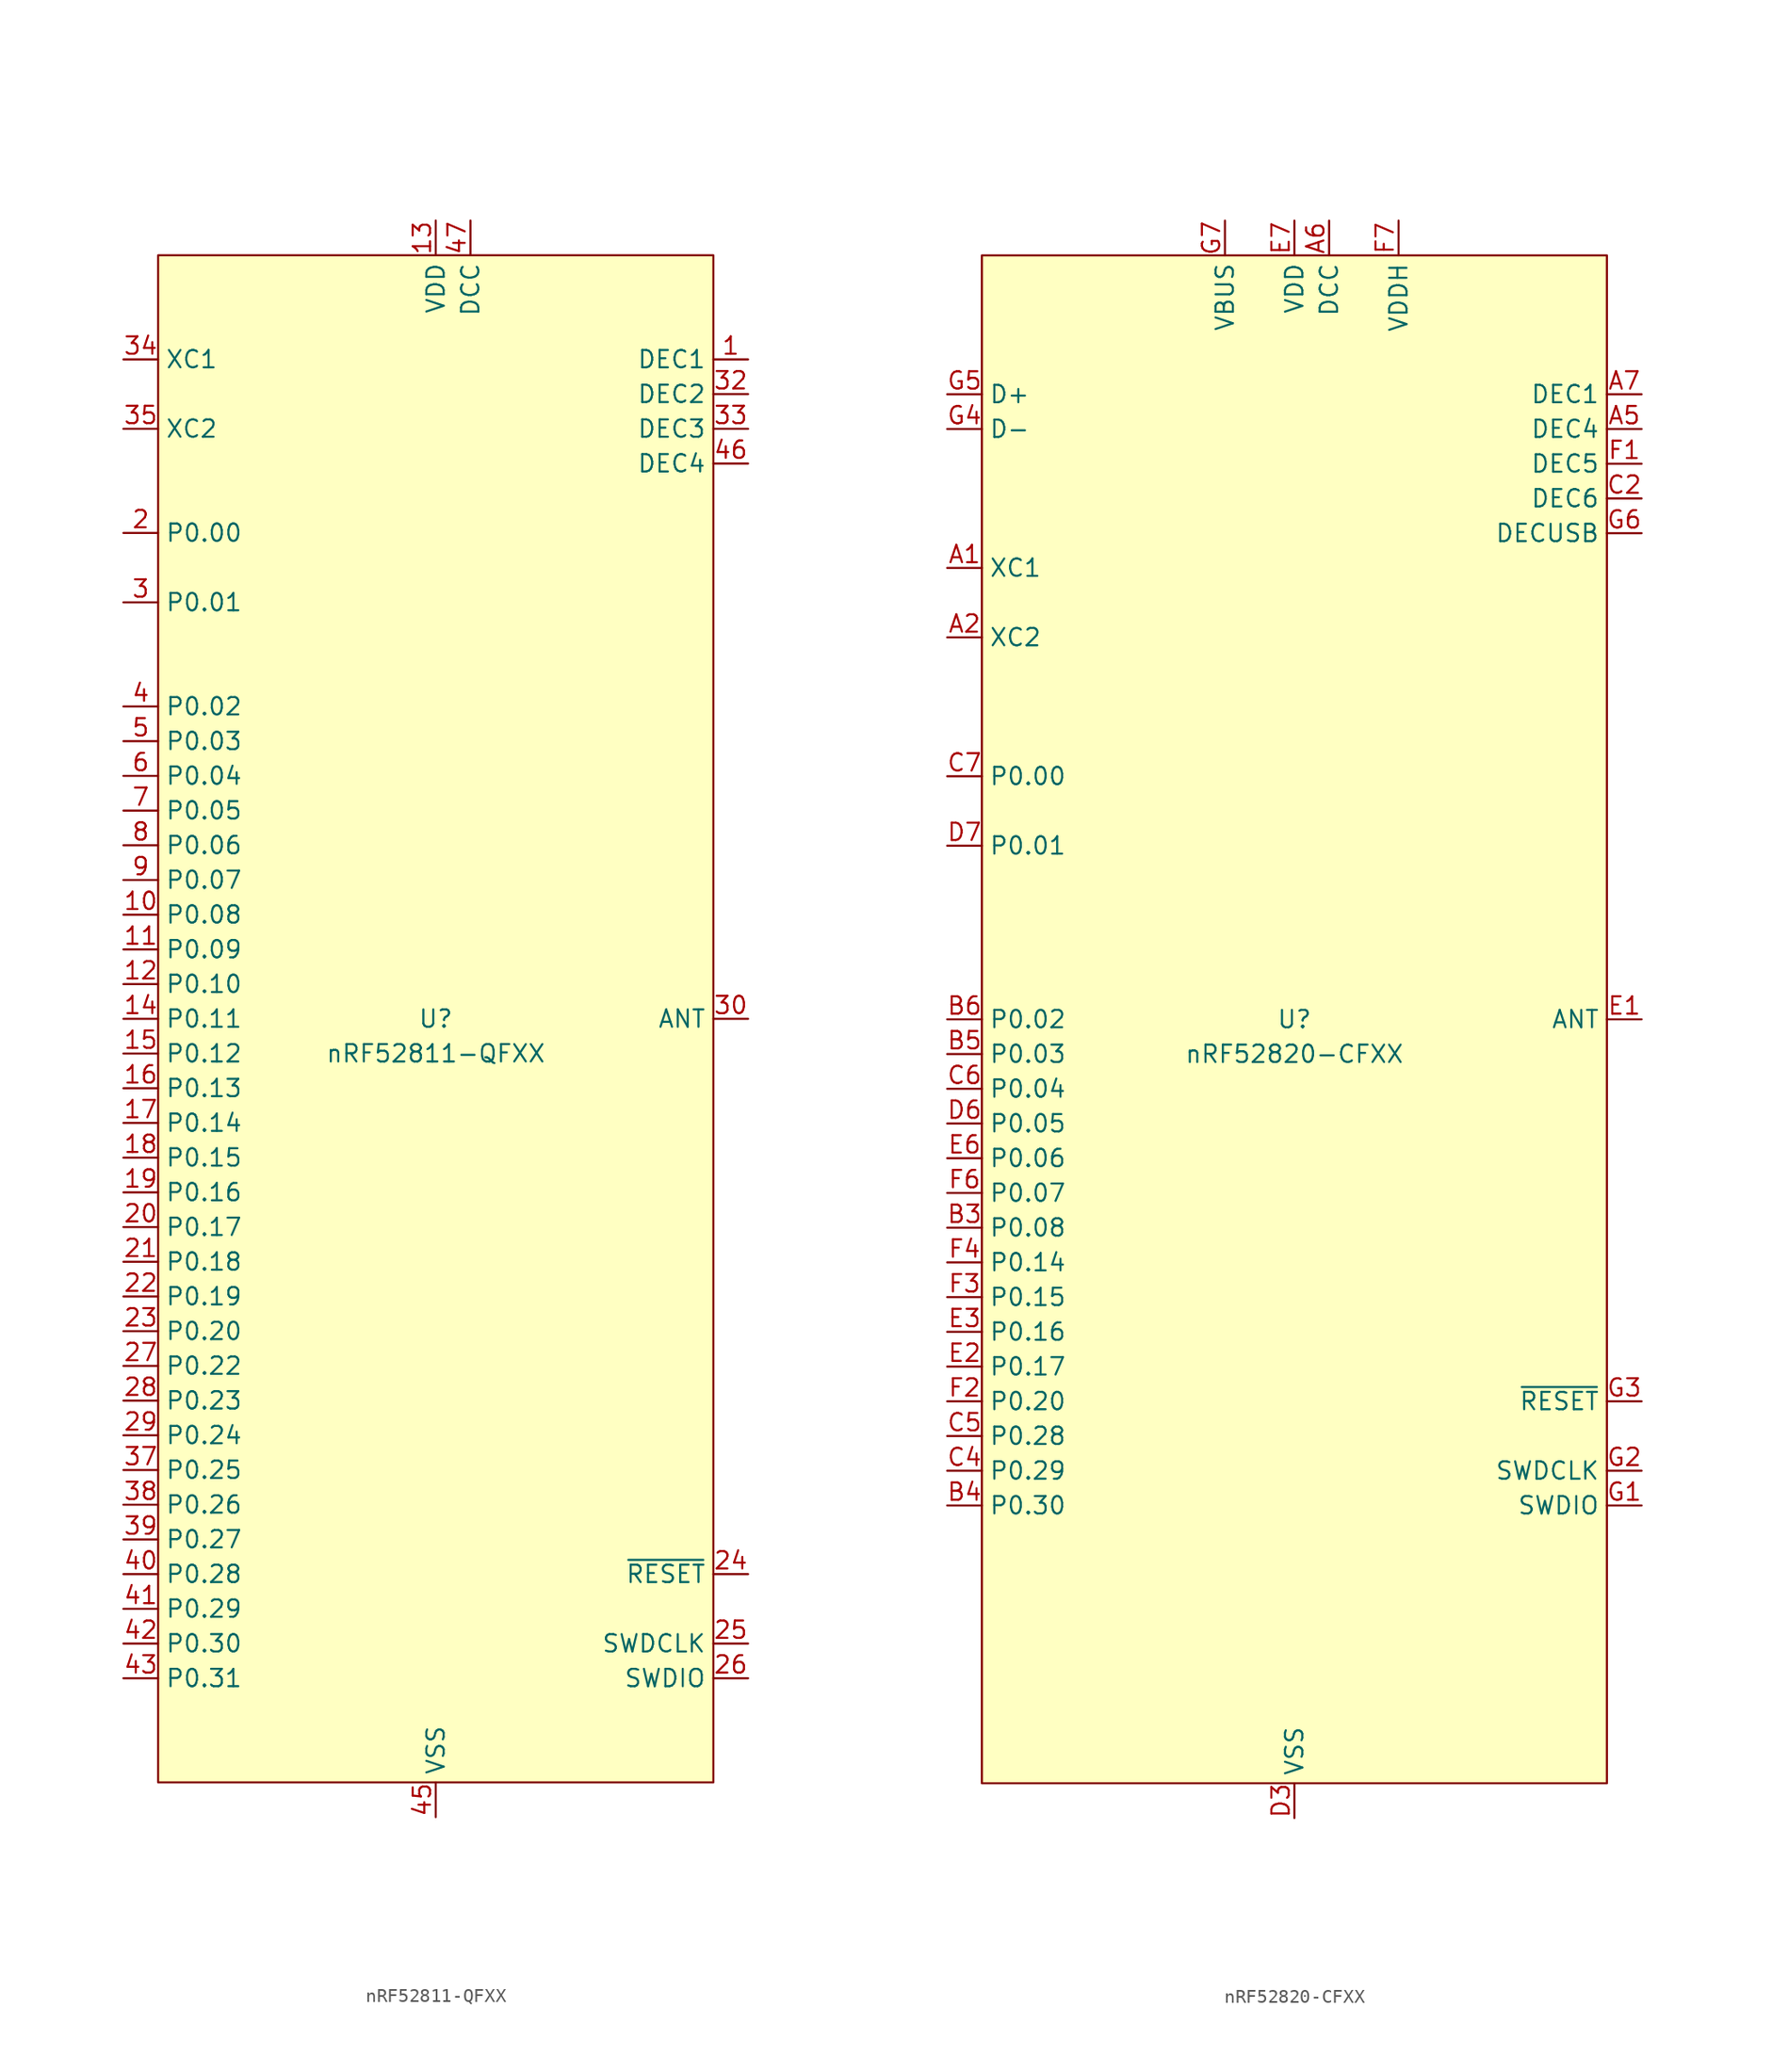
<source format=kicad_sym>
(kicad_symbol_lib
  (version 20241209)
  (generator "kicad_symbol_editor")
  (generator_version "9.0")
  (symbol "nRF52811-QFXX"
    (property "Reference" "U"
      (at 0 0 0)
      (do_not_autoplace)
      (effects (font (size 1.27 1.27))))
    (property "Value" "nRF52811-QFXX"
      (at 0 -2.54 0)
      (do_not_autoplace)
      (effects (font (size 1.27 1.27))))
    (symbol "nRF52811-QFXX_0_0"
      (pin input line (at -22.86 48.26 0) (length 2.54) (name "XC1" (effects (font (size 1.27 1.27)))) (number "34" (effects (font (size 1.27 1.27)))))
      (pin input line (at -22.86 43.18 0) (length 2.54) (name "XC2" (effects (font (size 1.27 1.27)))) (number "35" (effects (font (size 1.27 1.27)))))
      (pin bidirectional line (at -22.86 12.7 0) (length 2.54) (name "P0.06" (effects (font (size 1.27 1.27)))) (number "8" (effects (font (size 1.27 1.27)))))
      (pin bidirectional line (at -22.86 10.16 0) (length 2.54) (name "P0.07" (effects (font (size 1.27 1.27)))) (number "9" (effects (font (size 1.27 1.27)))))
      (pin bidirectional line (at -22.86 7.62 0) (length 2.54) (name "P0.08" (effects (font (size 1.27 1.27)))) (number "10" (effects (font (size 1.27 1.27)))))
      (pin bidirectional line (at -22.86 5.08 0) (length 2.54) (name "P0.09" (effects (font (size 1.27 1.27)))) (number "11" (effects (font (size 1.27 1.27)))))
      (pin bidirectional line (at -22.86 2.54 0) (length 2.54) (name "P0.10" (effects (font (size 1.27 1.27)))) (number "12" (effects (font (size 1.27 1.27)))))
      (pin bidirectional line (at -22.86 0 0) (length 2.54) (name "P0.11" (effects (font (size 1.27 1.27)))) (number "14" (effects (font (size 1.27 1.27)))))
      (pin bidirectional line (at -22.86 -2.54 0) (length 2.54) (name "P0.12" (effects (font (size 1.27 1.27)))) (number "15" (effects (font (size 1.27 1.27)))))
      (pin bidirectional line (at -22.86 -5.08 0) (length 2.54) (name "P0.13" (effects (font (size 1.27 1.27)))) (number "16" (effects (font (size 1.27 1.27)))))
      (pin bidirectional line (at -22.86 -7.62 0) (length 2.54) (name "P0.14" (effects (font (size 1.27 1.27)))) (number "17" (effects (font (size 1.27 1.27)))))
      (pin bidirectional line (at -22.86 -10.16 0) (length 2.54) (name "P0.15" (effects (font (size 1.27 1.27)))) (number "18" (effects (font (size 1.27 1.27)))))
      (pin bidirectional line (at -22.86 -12.7 0) (length 2.54) (name "P0.16" (effects (font (size 1.27 1.27)))) (number "19" (effects (font (size 1.27 1.27)))))
      (pin bidirectional line (at -22.86 -15.24 0) (length 2.54) (name "P0.17" (effects (font (size 1.27 1.27)))) (number "20" (effects (font (size 1.27 1.27)))))
      (pin bidirectional line (at -22.86 -17.78 0) (length 2.54) (name "P0.18" (effects (font (size 1.27 1.27)))) (number "21" (effects (font (size 1.27 1.27)))))
      (pin bidirectional line (at -22.86 -20.32 0) (length 2.54) (name "P0.19" (effects (font (size 1.27 1.27)))) (number "22" (effects (font (size 1.27 1.27)))))
      (pin bidirectional line (at -22.86 -22.86 0) (length 2.54) (name "P0.20" (effects (font (size 1.27 1.27)))) (number "23" (effects (font (size 1.27 1.27)))))
      (pin bidirectional line (at -22.86 -25.4 0) (length 2.54) (name "P0.22" (effects (font (size 1.27 1.27)))) (number "27" (effects (font (size 1.27 1.27)))))
      (pin bidirectional line (at -22.86 -27.94 0) (length 2.54) (name "P0.23" (effects (font (size 1.27 1.27)))) (number "28" (effects (font (size 1.27 1.27)))))
      (pin bidirectional line (at -22.86 -30.48 0) (length 2.54) (name "P0.24" (effects (font (size 1.27 1.27)))) (number "29" (effects (font (size 1.27 1.27)))))
      (pin bidirectional line (at -22.86 -33.02 0) (length 2.54) (name "P0.25" (effects (font (size 1.27 1.27)))) (number "37" (effects (font (size 1.27 1.27)))))
      (pin bidirectional line (at -22.86 -35.56 0) (length 2.54) (name "P0.26" (effects (font (size 1.27 1.27)))) (number "38" (effects (font (size 1.27 1.27)))))
      (pin bidirectional line (at -22.86 -38.1 0) (length 2.54) (name "P0.27" (effects (font (size 1.27 1.27)))) (number "39" (effects (font (size 1.27 1.27)))))
      (pin power_in line (at 0 58.42 270) (length 2.54) (name "VDD" (effects (font (size 1.27 1.27)))) (number "13" (effects (font (size 1.27 1.27)))))
      (pin power_in line (at 0 -58.42 90) (length 2.54) (name "VSS" (effects (font (size 1.27 1.27)))) (number "45" (effects (font (size 1.27 1.27)))))
      (pin power_out line (at 2.54 58.42 270) (length 2.54) (name "DCC" (effects (font (size 1.27 1.27)))) (number "47" (effects (font (size 1.27 1.27)))))
      (pin passive line (at 22.86 48.26 180) (length 2.54) (name "DEC1" (effects (font (size 1.27 1.27)))) (number "1" (effects (font (size 1.27 1.27)))))
      (pin passive line (at 22.86 45.72 180) (length 2.54) (name "DEC2" (effects (font (size 1.27 1.27)))) (number "32" (effects (font (size 1.27 1.27)))))
      (pin passive line (at 22.86 43.18 180) (length 2.54) (name "DEC3" (effects (font (size 1.27 1.27)))) (number "33" (effects (font (size 1.27 1.27)))))
      (pin passive line (at 22.86 40.64 180) (length 2.54) (name "DEC4" (effects (font (size 1.27 1.27)))) (number "46" (effects (font (size 1.27 1.27)))))
      (pin bidirectional line (at 22.86 0 180) (length 2.54) (name "ANT" (effects (font (size 1.27 1.27)))) (number "30" (effects (font (size 1.27 1.27)))))
      (pin input line (at 22.86 -45.72 180) (length 2.54) (name "SWDCLK" (effects (font (size 1.27 1.27)))) (number "25" (effects (font (size 1.27 1.27)))))
      (pin bidirectional line (at 22.86 -48.26 180) (length 2.54) (name "SWDIO" (effects (font (size 1.27 1.27)))) (number "26" (effects (font (size 1.27 1.27))))))
    (symbol "nRF52811-QFXX_1_0"
      (pin bidirectional line (at -22.86 35.56 0) (length 2.54) (name "P0.00" (effects (font (size 1.27 1.27)))) (number "2" (effects (font (size 1.27 1.27)))) (alternate "XL1" input line))
      (pin bidirectional line (at -22.86 30.48 0) (length 2.54) (name "P0.01" (effects (font (size 1.27 1.27)))) (number "3" (effects (font (size 1.27 1.27)))) (alternate "XL2" input line))
      (pin bidirectional line (at -22.86 22.86 0) (length 2.54) (name "P0.02" (effects (font (size 1.27 1.27)))) (number "4" (effects (font (size 1.27 1.27)))) (alternate "AIN0" input line))
      (pin bidirectional line (at -22.86 20.32 0) (length 2.54) (name "P0.03" (effects (font (size 1.27 1.27)))) (number "5" (effects (font (size 1.27 1.27)))) (alternate "AIN1" input line))
      (pin bidirectional line (at -22.86 17.78 0) (length 2.54) (name "P0.04" (effects (font (size 1.27 1.27)))) (number "6" (effects (font (size 1.27 1.27)))) (alternate "AIN2" input line))
      (pin bidirectional line (at -22.86 15.24 0) (length 2.54) (name "P0.05" (effects (font (size 1.27 1.27)))) (number "7" (effects (font (size 1.27 1.27)))) (alternate "AIN3" input line))
      (pin bidirectional line (at -22.86 -40.64 0) (length 2.54) (name "P0.28" (effects (font (size 1.27 1.27)))) (number "40" (effects (font (size 1.27 1.27)))) (alternate "AIN4" input line))
      (pin bidirectional line (at -22.86 -43.18 0) (length 2.54) (name "P0.29" (effects (font (size 1.27 1.27)))) (number "41" (effects (font (size 1.27 1.27)))) (alternate "AIN5" input line))
      (pin bidirectional line (at -22.86 -45.72 0) (length 2.54) (name "P0.30" (effects (font (size 1.27 1.27)))) (number "42" (effects (font (size 1.27 1.27)))) (alternate "AIN6" input line))
      (pin bidirectional line (at -22.86 -48.26 0) (length 2.54) (name "P0.31" (effects (font (size 1.27 1.27)))) (number "43" (effects (font (size 1.27 1.27)))) (alternate "AIN7" input line))
      (pin passive line (at 0 58.42 270) (length 2.54) (hide yes) (name "VDD" (effects (font (size 1.27 1.27)))) (number "36" (effects (font (size 1.27 1.27)))))
      (pin passive line (at 0 58.42 270) (length 2.54) (hide yes) (name "VDD" (effects (font (size 1.27 1.27)))) (number "48" (effects (font (size 1.27 1.27)))))
      (pin passive line (at 0 -58.42 90) (length 2.54) (hide yes) (name "VSS" (effects (font (size 1.27 1.27)))) (number "31" (effects (font (size 1.27 1.27)))))
      (pin passive line (at 0 -58.42 90) (length 2.54) (hide yes) (name "NC" (effects (font (size 1.27 1.27)))) (number "44" (effects (font (size 1.27 1.27)))))
      (pin passive line (at 0 -58.42 90) (length 2.54) (hide yes) (name "EP" (effects (font (size 1.27 1.27)))) (number "49" (effects (font (size 1.27 1.27)))))
      (pin input line (at 22.86 -40.64 180) (length 2.54) (name "~{RESET}" (effects (font (size 1.27 1.27)))) (number "24" (effects (font (size 1.27 1.27)))) (alternate "P0.21" bidirectional line)))
    (symbol "nRF52811-QFXX_1_1"
      (rectangle (start -20.32 55.88) (end 20.32 -55.88) (stroke (width 0) (type default)) (fill (type background)))))
  (symbol "nRF52820-CFXX"
    (property "Reference" "U"
      (at 0 0 0)
      (do_not_autoplace)
      (effects (font (size 1.27 1.27))))
    (property "Value" "nRF52820-CFXX"
      (at 0 -2.54 0)
      (do_not_autoplace)
      (effects (font (size 1.27 1.27))))
    (symbol "nRF52820-CFXX_0_0"
      (pin bidirectional line (at -25.4 45.72 0) (length 2.54) (name "D+" (effects (font (size 1.27 1.27)))) (number "G5" (effects (font (size 1.27 1.27)))))
      (pin bidirectional line (at -25.4 43.18 0) (length 2.54) (name "D-" (effects (font (size 1.27 1.27)))) (number "G4" (effects (font (size 1.27 1.27)))))
      (pin input line (at -25.4 33.02 0) (length 2.54) (name "XC1" (effects (font (size 1.27 1.27)))) (number "A1" (effects (font (size 1.27 1.27)))))
      (pin input line (at -25.4 27.94 0) (length 2.54) (name "XC2" (effects (font (size 1.27 1.27)))) (number "A2" (effects (font (size 1.27 1.27)))))
      (pin bidirectional line (at -25.4 -10.16 0) (length 2.54) (name "P0.06" (effects (font (size 1.27 1.27)))) (number "E6" (effects (font (size 1.27 1.27)))))
      (pin bidirectional line (at -25.4 -12.7 0) (length 2.54) (name "P0.07" (effects (font (size 1.27 1.27)))) (number "F6" (effects (font (size 1.27 1.27)))))
      (pin bidirectional line (at -25.4 -15.24 0) (length 2.54) (name "P0.08" (effects (font (size 1.27 1.27)))) (number "B3" (effects (font (size 1.27 1.27)))))
      (pin bidirectional line (at -25.4 -17.78 0) (length 2.54) (name "P0.14" (effects (font (size 1.27 1.27)))) (number "F4" (effects (font (size 1.27 1.27)))))
      (pin bidirectional line (at -25.4 -20.32 0) (length 2.54) (name "P0.15" (effects (font (size 1.27 1.27)))) (number "F3" (effects (font (size 1.27 1.27)))))
      (pin bidirectional line (at -25.4 -22.86 0) (length 2.54) (name "P0.16" (effects (font (size 1.27 1.27)))) (number "E3" (effects (font (size 1.27 1.27)))))
      (pin bidirectional line (at -25.4 -25.4 0) (length 2.54) (name "P0.17" (effects (font (size 1.27 1.27)))) (number "E2" (effects (font (size 1.27 1.27)))))
      (pin bidirectional line (at -25.4 -27.94 0) (length 2.54) (name "P0.20" (effects (font (size 1.27 1.27)))) (number "F2" (effects (font (size 1.27 1.27)))))
      (pin bidirectional line (at -25.4 -30.48 0) (length 2.54) (name "P0.28" (effects (font (size 1.27 1.27)))) (number "C5" (effects (font (size 1.27 1.27)))))
      (pin bidirectional line (at -25.4 -33.02 0) (length 2.54) (name "P0.29" (effects (font (size 1.27 1.27)))) (number "C4" (effects (font (size 1.27 1.27)))))
      (pin bidirectional line (at -25.4 -35.56 0) (length 2.54) (name "P0.30" (effects (font (size 1.27 1.27)))) (number "B4" (effects (font (size 1.27 1.27)))))
      (pin power_in line (at -5.08 58.42 270) (length 2.54) (name "VBUS" (effects (font (size 1.27 1.27)))) (number "G7" (effects (font (size 1.27 1.27)))))
      (pin passive line (at 0 58.42 270) (length 2.54) (name "VDD" (effects (font (size 1.27 1.27)))) (number "E7" (effects (font (size 1.27 1.27)))))
      (pin power_in line (at 0 -58.42 90) (length 2.54) (name "VSS" (effects (font (size 1.27 1.27)))) (number "D3" (effects (font (size 1.27 1.27)))))
      (pin power_out line (at 2.54 58.42 270) (length 2.54) (name "DCC" (effects (font (size 1.27 1.27)))) (number "A6" (effects (font (size 1.27 1.27)))))
      (pin power_in line (at 7.62 58.42 270) (length 2.54) (name "VDDH" (effects (font (size 1.27 1.27)))) (number "F7" (effects (font (size 1.27 1.27)))))
      (pin passive line (at 25.4 35.56 180) (length 2.54) (name "DECUSB" (effects (font (size 1.27 1.27)))) (number "G6" (effects (font (size 1.27 1.27)))))
      (pin bidirectional line (at 25.4 0 180) (length 2.54) (name "ANT" (effects (font (size 1.27 1.27)))) (number "E1" (effects (font (size 1.27 1.27)))))
      (pin input line (at 25.4 -33.02 180) (length 2.54) (name "SWDCLK" (effects (font (size 1.27 1.27)))) (number "G2" (effects (font (size 1.27 1.27)))))
      (pin bidirectional line (at 25.4 -35.56 180) (length 2.54) (name "SWDIO" (effects (font (size 1.27 1.27)))) (number "G1" (effects (font (size 1.27 1.27))))))
    (symbol "nRF52820-CFXX_1_0"
      (pin bidirectional line (at -25.4 17.78 0) (length 2.54) (name "P0.00" (effects (font (size 1.27 1.27)))) (number "C7" (effects (font (size 1.27 1.27)))) (alternate "XL1" input line))
      (pin bidirectional line (at -25.4 12.7 0) (length 2.54) (name "P0.01" (effects (font (size 1.27 1.27)))) (number "D7" (effects (font (size 1.27 1.27)))) (alternate "XL2" input line))
      (pin bidirectional line (at -25.4 0 0) (length 2.54) (name "P0.02" (effects (font (size 1.27 1.27)))) (number "B6" (effects (font (size 1.27 1.27)))) (alternate "AIN0" input line))
      (pin bidirectional line (at -25.4 -2.54 0) (length 2.54) (name "P0.03" (effects (font (size 1.27 1.27)))) (number "B5" (effects (font (size 1.27 1.27)))) (alternate "AIN1" input line))
      (pin bidirectional line (at -25.4 -5.08 0) (length 2.54) (name "P0.04" (effects (font (size 1.27 1.27)))) (number "C6" (effects (font (size 1.27 1.27)))) (alternate "AIN2" input line))
      (pin bidirectional line (at -25.4 -7.62 0) (length 2.54) (name "P0.05" (effects (font (size 1.27 1.27)))) (number "D6" (effects (font (size 1.27 1.27)))) (alternate "AIN3" input line))
      (pin passive line (at 0 58.42 270) (length 2.54) (hide yes) (name "VDD" (effects (font (size 1.27 1.27)))) (number "A3" (effects (font (size 1.27 1.27)))))
      (pin passive line (at 0 58.42 270) (length 2.54) (hide yes) (name "VDD" (effects (font (size 1.27 1.27)))) (number "B7" (effects (font (size 1.27 1.27)))))
      (pin passive line (at 0 -58.42 90) (length 2.54) (hide yes) (name "VSS" (effects (font (size 1.27 1.27)))) (number "A4" (effects (font (size 1.27 1.27)))))
      (pin passive line (at 0 -58.42 90) (length 2.54) (hide yes) (name "VSS_PA" (effects (font (size 1.27 1.27)))) (number "C1" (effects (font (size 1.27 1.27)))))
      (pin passive line (at 0 -58.42 90) (length 2.54) (hide yes) (name "VSS" (effects (font (size 1.27 1.27)))) (number "D4" (effects (font (size 1.27 1.27)))))
      (pin passive line (at 0 -58.42 90) (length 2.54) (hide yes) (name "VSS" (effects (font (size 1.27 1.27)))) (number "D5" (effects (font (size 1.27 1.27)))))
      (pin passive line (at 0 -58.42 90) (length 2.54) (hide yes) (name "VSS" (effects (font (size 1.27 1.27)))) (number "E4" (effects (font (size 1.27 1.27)))))
      (pin passive line (at 0 -58.42 90) (length 2.54) (hide yes) (name "VSS" (effects (font (size 1.27 1.27)))) (number "E5" (effects (font (size 1.27 1.27)))))
      (pin passive line (at 0 -58.42 90) (length 2.54) (hide yes) (name "VSS" (effects (font (size 1.27 1.27)))) (number "F5" (effects (font (size 1.27 1.27)))))
      (pin passive line (at 25.4 45.72 180) (length 2.54) (name "DEC1" (effects (font (size 1.27 1.27)))) (number "A7" (effects (font (size 1.27 1.27)))))
      (pin passive line (at 25.4 43.18 180) (length 2.54) (name "DEC4" (effects (font (size 1.27 1.27)))) (number "A5" (effects (font (size 1.27 1.27)))))
      (pin passive line (at 25.4 40.64 180) (length 2.54) (name "DEC5" (effects (font (size 1.27 1.27)))) (number "F1" (effects (font (size 1.27 1.27)))))
      (pin passive line (at 25.4 38.1 180) (length 2.54) (name "DEC6" (effects (font (size 1.27 1.27)))) (number "C2" (effects (font (size 1.27 1.27)))))
      (pin input line (at 25.4 -27.94 180) (length 2.54) (name "~{RESET}" (effects (font (size 1.27 1.27)))) (number "G3" (effects (font (size 1.27 1.27)))) (alternate "P0.18" bidirectional line)))
    (symbol "nRF52820-CFXX_1_1"
      (rectangle (start -22.86 55.88) (end 22.86 -55.88) (stroke (width 0) (type default)) (fill (type background))))))
</source>
